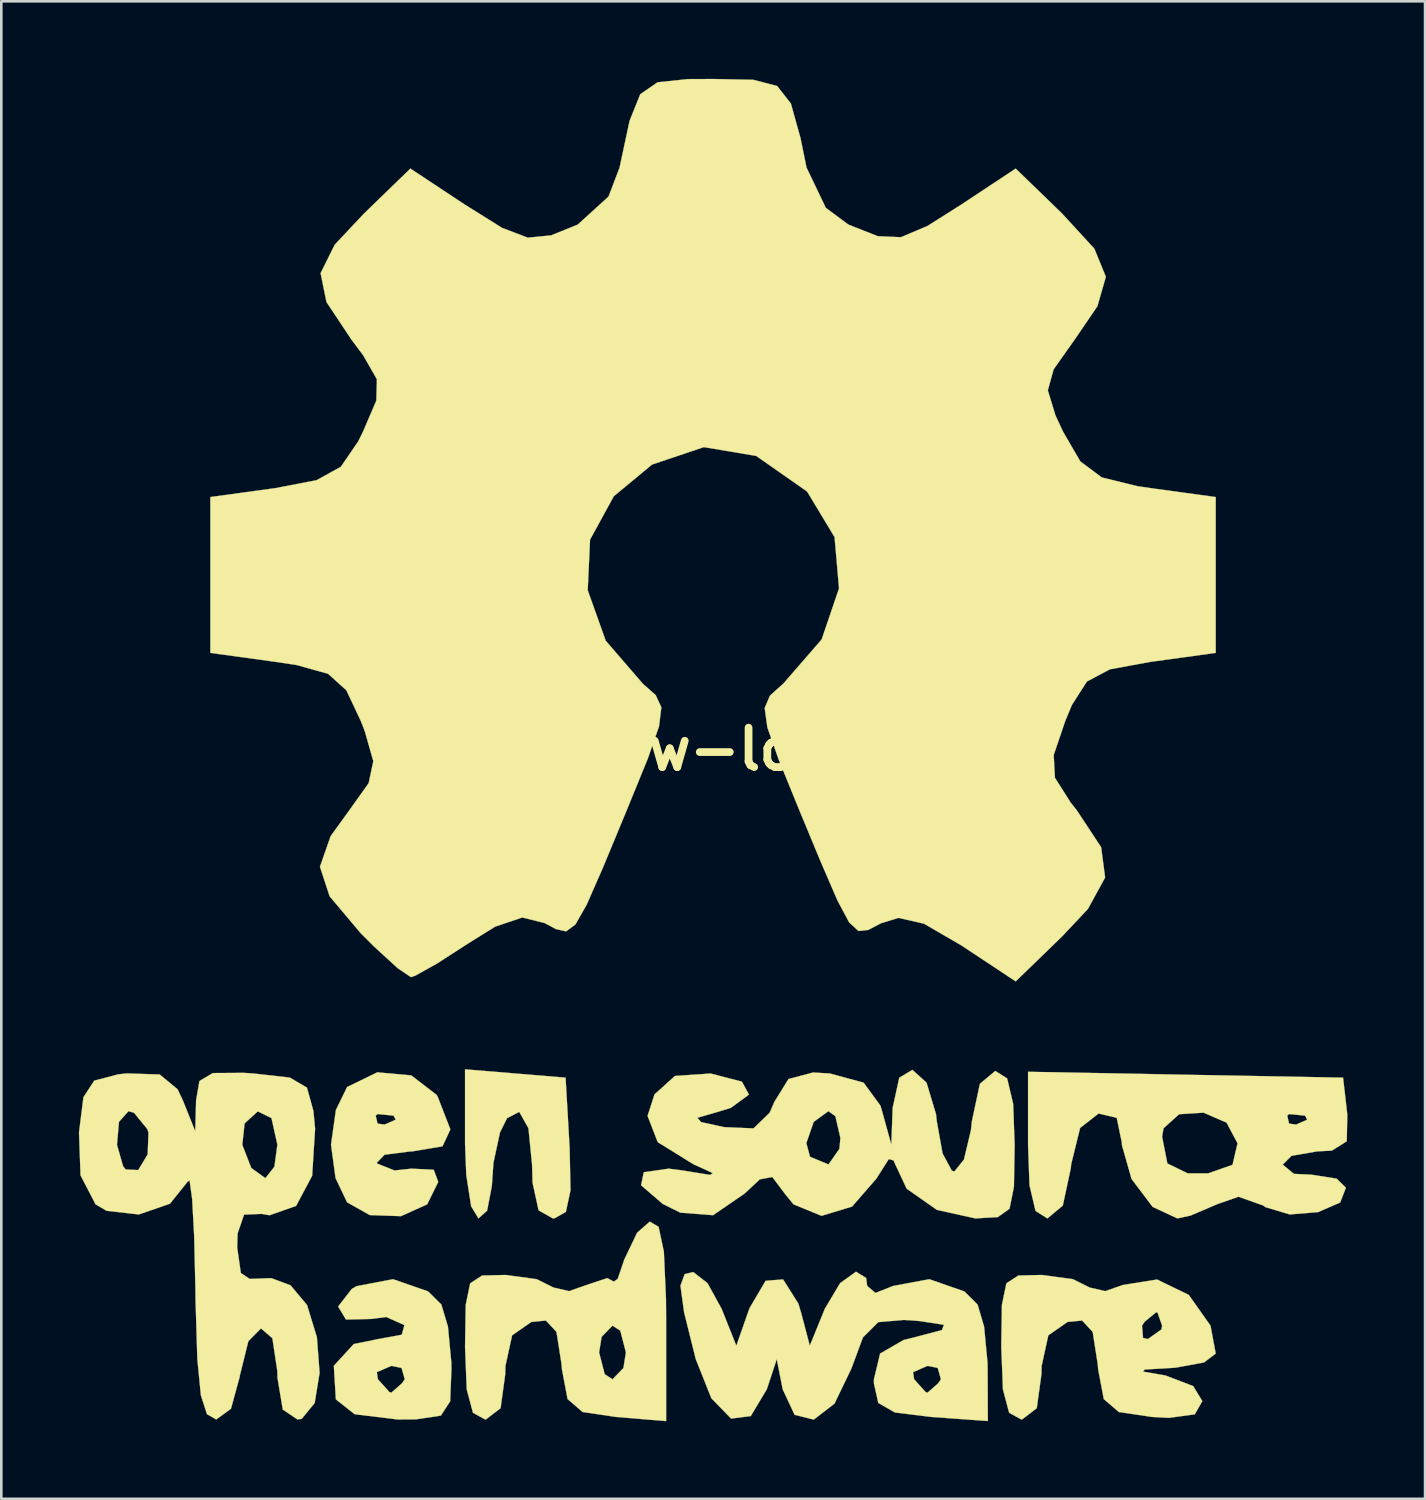
<source format=kicad_pcb>
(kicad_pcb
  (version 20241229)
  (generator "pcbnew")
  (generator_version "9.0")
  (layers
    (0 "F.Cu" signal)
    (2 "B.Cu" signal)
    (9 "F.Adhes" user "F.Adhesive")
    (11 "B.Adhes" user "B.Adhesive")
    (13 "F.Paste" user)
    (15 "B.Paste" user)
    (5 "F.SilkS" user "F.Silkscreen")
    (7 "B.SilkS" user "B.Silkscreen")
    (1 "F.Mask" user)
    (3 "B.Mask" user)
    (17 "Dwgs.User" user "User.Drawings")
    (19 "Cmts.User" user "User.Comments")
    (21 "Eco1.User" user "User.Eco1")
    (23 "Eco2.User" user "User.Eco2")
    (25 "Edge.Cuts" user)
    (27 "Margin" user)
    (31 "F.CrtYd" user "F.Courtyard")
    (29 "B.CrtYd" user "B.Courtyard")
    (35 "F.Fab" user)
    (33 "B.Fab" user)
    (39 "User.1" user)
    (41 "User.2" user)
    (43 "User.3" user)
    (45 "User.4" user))
  (footprint "oshw-logo"
    (layer "F.Cu")
    (at 24.264 25.923)
    (property "Reference" "oshw-logo" (at 0 0 0) (layer "F.SilkS") (effects (font (size 1.524 1.524) (thickness 0.3))))
    (attr through_hole)
    (fp_poly (pts (xy -7.387 12.539) (xy -5.443 12.7) (xy -5.286 15.421) (xy -5.253 17.057) (xy -5.431 17.89) (xy -5.873 18.141) (xy -5.934 18.143) (xy -6.487 17.831) (xy -6.719 16.77) (xy -6.739 16.069) (xy -6.879 14.656) (xy -7.235 14.022) (xy -7.706 14.267) (xy -7.979 14.816) (xy -8.232 15.987) (xy -8.294 16.889) (xy -8.477 17.843) (xy -8.812 18.143) (xy -9.095 17.674) (xy -9.283 16.463) (xy -9.331 15.261) (xy -9.331 12.378) (xy -7.387 12.539)) (stroke (width 0.01) (type solid)) (fill yes) (layer "F.SilkS"))
    (fp_poly (pts (xy -11.409 12.613) (xy -10.43 13.366) (xy -10.386 13.443) (xy -9.898 14.701) (xy -10.203 15.356) (xy -11.371 15.551) (xy -11.435 15.551) (xy -12.443 15.68) (xy -12.745 15.993) (xy -12.73 16.021) (xy -12.06 16.289) (xy -11.404 16.219) (xy -10.542 16.261) (xy -10.367 16.731) (xy -10.794 17.598) (xy -11.809 18.056) (xy -13.015 18.014) (xy -13.892 17.521) (xy -14.338 16.585) (xy -14.514 15.292) (xy -14.356 14.169) (xy -12.786 14.169) (xy -12.715 14.477) (xy -12.441 14.514) (xy -12.014 14.325) (xy -12.095 14.169) (xy -12.71 14.107) (xy -12.786 14.169) (xy -14.356 14.169) (xy -14.325 13.95) (xy -13.892 13.063) (xy -12.725 12.494) (xy -11.409 12.613)) (stroke (width 0.01) (type solid)) (fill yes) (layer "F.SilkS"))
    (fp_poly (pts (xy -10.761 20.964) (xy -10.246 21.474) (xy -9.992 22.329) (xy -9.861 23.711) (xy -9.857 23.974) (xy -9.906 25.215) (xy -10.266 25.769) (xy -11.234 25.913) (xy -11.939 25.918) (xy -13.601 25.714) (xy -14.327 25.141) (xy -14.39 24.089) (xy -12.742 24.089) (xy -12.7 24.363) (xy -12.257 24.857) (xy -12.182 24.882) (xy -11.77 24.52) (xy -11.663 24.363) (xy -11.786 23.924) (xy -12.182 23.845) (xy -12.742 24.089) (xy -14.39 24.089) (xy -14.405 23.842) (xy -13.634 23.001) (xy -12.686 22.808) (xy -11.777 22.641) (xy -11.676 22.269) (xy -12.378 21.955) (xy -12.959 22.031) (xy -13.936 22.054) (xy -14.239 21.551) (xy -13.711 20.87) (xy -13.53 20.763) (xy -12.117 20.494) (xy -10.761 20.964)) (stroke (width 0.01) (type solid)) (fill yes) (layer "F.SilkS"))
    (fp_poly (pts (xy -1.846 18.468) (xy -1.642 19.429) (xy -1.56 21.268) (xy -1.555 22.019) (xy -1.555 25.981) (xy -3.499 25.82) (xy -4.783 25.63) (xy -5.366 25.13) (xy -5.581 23.995) (xy -5.6 23.771) (xy -5.67 23.327) (xy -4.147 23.327) (xy -3.93 24.169) (xy -3.629 24.363) (xy -3.207 23.929) (xy -3.11 23.327) (xy -3.327 22.484) (xy -3.629 22.29) (xy -4.05 22.724) (xy -4.147 23.327) (xy -5.67 23.327) (xy -5.795 22.532) (xy -6.204 22.092) (xy -6.767 22.147) (xy -7.51 22.664) (xy -7.77 23.853) (xy -7.776 24.165) (xy -7.956 25.482) (xy -8.527 25.918) (xy -8.553 25.918) (xy -9.024 25.66) (xy -9.266 24.754) (xy -9.331 23.102) (xy -9.305 21.486) (xy -9.133 20.653) (xy -8.671 20.352) (xy -7.775 20.33) (xy -7.757 20.33) (xy -6.559 20.493) (xy -5.911 20.816) (xy -5.308 20.955) (xy -4.634 20.718) (xy -3.831 20.451) (xy -3.577 20.587) (xy -3.426 20.48) (xy -3.174 19.736) (xy -2.676 18.695) (xy -2.189 18.268) (xy -1.846 18.468)) (stroke (width 0.01) (type solid)) (fill yes) (layer "F.SilkS"))
    (fp_poly (pts (xy 12.978 20.33) (xy 14.176 20.493) (xy 14.823 20.816) (xy 15.427 20.955) (xy 16.101 20.718) (xy 17.429 20.506) (xy 18.657 21.101) (xy 19.496 22.29) (xy 19.698 23.369) (xy 19.244 23.714) (xy 18.138 23.916) (xy 18.013 23.923) (xy 16.954 23.986) (xy 16.884 24.067) (xy 17.754 24.216) (xy 18.827 24.628) (xy 19.18 25.207) (xy 18.889 25.719) (xy 17.885 25.856) (xy 17.236 25.82) (xy 15.951 25.63) (xy 15.369 25.13) (xy 15.154 23.995) (xy 15.134 23.771) (xy 14.94 22.532) (xy 14.715 22.29) (xy 16.847 22.29) (xy 16.888 22.767) (xy 17.076 22.808) (xy 17.603 22.432) (xy 17.624 22.29) (xy 17.448 21.785) (xy 17.396 21.771) (xy 16.953 22.135) (xy 16.847 22.29) (xy 14.715 22.29) (xy 14.531 22.092) (xy 13.968 22.147) (xy 13.225 22.664) (xy 12.965 23.853) (xy 12.959 24.165) (xy 12.778 25.482) (xy 12.208 25.918) (xy 12.182 25.918) (xy 11.71 25.66) (xy 11.469 24.754) (xy 11.404 23.102) (xy 11.43 21.486) (xy 11.602 20.653) (xy 12.064 20.352) (xy 12.96 20.33) (xy 12.978 20.33)) (stroke (width 0.01) (type solid)) (fill yes) (layer "F.SilkS"))
    (fp_poly (pts (xy 18.532 12.587) (xy 24.622 12.7) (xy 24.786 14.126) (xy 24.766 15.16) (xy 24.189 15.521) (xy 23.62 15.551) (xy 22.63 15.722) (xy 22.29 16.063) (xy 22.72 16.42) (xy 23.399 16.452) (xy 24.376 16.606) (xy 24.732 16.957) (xy 24.51 17.528) (xy 23.654 17.9) (xy 22.559 17.989) (xy 21.621 17.708) (xy 21.539 17.646) (xy 20.578 17.305) (xy 19.765 17.589) (xy 18.722 18.034) (xy 18.214 18.143) (xy 17.257 17.696) (xy 16.445 16.621) (xy 16.072 15.316) (xy 16.069 15.217) (xy 16.02 14.981) (xy 17.624 14.981) (xy 17.828 16.018) (xy 18.609 16.399) (xy 19.405 16.401) (xy 20.347 16.07) (xy 20.542 15.238) (xy 20.117 14.44) (xy 19.493 14.169) (xy 22.463 14.169) (xy 22.534 14.477) (xy 22.808 14.514) (xy 23.235 14.325) (xy 23.154 14.169) (xy 22.539 14.107) (xy 22.463 14.169) (xy 19.493 14.169) (xy 19.23 14.054) (xy 18.284 14.114) (xy 17.681 14.656) (xy 17.624 14.981) (xy 16.02 14.981) (xy 15.869 14.252) (xy 15.176 14.089) (xy 15.162 14.092) (xy 14.454 14.644) (xy 14.109 16.045) (xy 14.094 16.203) (xy 13.785 17.647) (xy 13.19 18.143) (xy 13.187 18.143) (xy 12.73 17.853) (xy 12.497 16.866) (xy 12.441 15.308) (xy 12.441 12.473) (xy 18.532 12.587)) (stroke (width 0.01) (type solid)) (fill yes) (layer "F.SilkS"))
    (fp_poly (pts (xy 6.18 20.445) (xy 6.22 20.753) (xy 6.539 21.025) (xy 7.22 20.755) (xy 8.624 20.494) (xy 9.978 20.967) (xy 10.489 21.474) (xy 10.741 22.327) (xy 10.873 23.713) (xy 10.878 24.004) (xy 10.886 25.978) (xy 8.683 25.819) (xy 7.289 25.647) (xy 6.649 25.278) (xy 6.481 24.527) (xy 6.48 24.368) (xy 6.547 24.089) (xy 7.993 24.089) (xy 8.035 24.363) (xy 8.478 24.857) (xy 8.553 24.882) (xy 8.965 24.52) (xy 9.071 24.363) (xy 8.948 23.924) (xy 8.553 23.845) (xy 7.993 24.089) (xy 6.547 24.089) (xy 6.72 23.368) (xy 7.63 22.844) (xy 8.035 22.745) (xy 9.112 22.459) (xy 9.187 22.256) (xy 8.246 22.112) (xy 7.635 22.069) (xy 6.649 22.154) (xy 6.056 22.744) (xy 5.609 23.95) (xy 4.955 25.306) (xy 4.154 25.923) (xy 3.413 25.738) (xy 2.953 24.752) (xy 2.723 23.586) (xy 2.338 24.752) (xy 1.718 25.787) (xy 0.957 25.883) (xy 0.194 25.098) (xy -0.411 23.578) (xy -0.861 21.77) (xy -1.001 20.745) (xy -0.838 20.297) (xy -0.506 20.216) (xy 0.044 20.646) (xy 0.593 21.642) (xy 1.16 23.067) (xy 1.669 21.616) (xy 2.292 20.556) (xy 2.969 20.501) (xy 3.558 21.436) (xy 3.671 21.81) (xy 4.001 23.067) (xy 4.58 21.642) (xy 5.171 20.647) (xy 5.787 20.204) (xy 6.18 20.445)) (stroke (width 0.01) (type solid)) (fill yes) (layer "F.SilkS"))
    (fp_poly (pts (xy 8.514 12.891) (xy 8.882 14.113) (xy 8.911 14.385) (xy 9.136 15.635) (xy 9.494 16.297) (xy 9.59 16.329) (xy 9.961 15.87) (xy 10.232 14.733) (xy 10.269 14.385) (xy 10.578 12.938) (xy 11.173 12.441) (xy 11.176 12.441) (xy 11.632 12.729) (xy 11.865 13.713) (xy 11.922 15.292) (xy 11.895 16.922) (xy 11.724 17.77) (xy 11.271 18.092) (xy 10.404 18.143) (xy 8.915 17.813) (xy 7.746 16.993) (xy 7.25 15.932) (xy 7.25 15.903) (xy 7.056 15.848) (xy 6.601 16.563) (xy 6.589 16.588) (xy 5.635 17.686) (xy 4.453 18.043) (xy 3.371 17.599) (xy 3.058 17.216) (xy 2.55 16.541) (xy 2.067 16.633) (xy 1.478 17.183) (xy 0.259 18.019) (xy -1.004 17.921) (xy -1.685 17.583) (xy -2.525 16.861) (xy -2.419 16.357) (xy -1.458 16.219) (xy -0.907 16.29) (xy 0.146 16.461) (xy 0.249 16.39) (xy -0.504 16.046) (xy -1.817 15.232) (xy 3.867 15.232) (xy 4.01 15.76) (xy 4.725 16.056) (xy 5.146 15.452) (xy 5.184 15.033) (xy 4.99 14.19) (xy 4.721 13.996) (xy 4.152 14.409) (xy 3.867 15.232) (xy -1.817 15.232) (xy -1.88 15.193) (xy -2.273 14.179) (xy -2.003 13.346) (xy -1.213 12.634) (xy 0.164 12.54) (xy 1.376 12.854) (xy 1.648 13.354) (xy 0.95 13.867) (xy 0.419 14.03) (xy -0.347 14.252) (xy -0.203 14.418) (xy 0.685 14.613) (xy 1.824 14.662) (xy 2.448 14.058) (xy 2.629 13.639) (xy 3.177 12.753) (xy 4.123 12.501) (xy 4.774 12.538) (xy 6.082 12.893) (xy 6.729 13.777) (xy 6.796 13.996) (xy 7.154 15.292) (xy 7.205 13.866) (xy 7.461 12.702) (xy 7.969 12.399) (xy 8.514 12.891)) (stroke (width 0.01) (type solid)) (fill yes) (layer "F.SilkS"))
    (fp_poly (pts (xy -17.495 12.541) (xy -16.108 12.697) (xy -15.445 13.085) (xy -15.194 13.988) (xy -15.129 14.68) (xy -15.243 16.494) (xy -15.863 17.659) (xy -16.892 18.021) (xy -17.2 17.968) (xy -17.876 17.996) (xy -18.126 18.725) (xy -18.143 19.259) (xy -18.001 20.254) (xy -17.647 20.489) (xy -17.635 20.482) (xy -16.825 20.453) (xy -16.08 20.729) (xy -15.441 21.492) (xy -15.06 22.736) (xy -14.955 24.114) (xy -15.145 25.281) (xy -15.647 25.893) (xy -15.81 25.918) (xy -16.379 25.535) (xy -16.585 24.301) (xy -16.588 24.061) (xy -16.78 22.777) (xy -17.222 22.397) (xy -17.71 22.89) (xy -18.041 24.226) (xy -18.046 24.274) (xy -18.383 25.504) (xy -18.953 25.918) (xy -19.311 25.712) (xy -19.546 24.984) (xy -19.684 23.571) (xy -19.752 21.311) (xy -19.758 20.864) (xy -19.805 18.839) (xy -19.884 17.386) (xy -19.982 16.678) (xy -20.055 16.717) (xy -20.741 17.574) (xy -21.943 17.99) (xy -23.193 17.849) (xy -23.618 17.598) (xy -24.2 16.478) (xy -24.242 15.295) (xy -22.791 15.295) (xy -22.554 16.125) (xy -22.455 16.25) (xy -21.969 16.274) (xy -21.603 15.666) (xy -21.59 15.299) (xy -17.945 15.299) (xy -17.598 16.192) (xy -17.051 16.588) (xy -16.703 16.144) (xy -16.588 15.292) (xy -16.815 14.265) (xy -17.346 14.004) (xy -17.855 14.468) (xy -17.945 15.299) (xy -21.59 15.299) (xy -21.573 14.825) (xy -21.616 14.691) (xy -22.131 14.058) (xy -22.345 13.996) (xy -22.713 14.409) (xy -22.791 15.295) (xy -24.242 15.295) (xy -24.259 14.818) (xy -24.088 13.458) (xy -23.67 12.816) (xy -22.747 12.572) (xy -22.415 12.537) (xy -21.139 12.577) (xy -20.448 13.148) (xy -20.245 13.574) (xy -19.764 14.773) (xy -19.731 13.577) (xy -19.603 12.832) (xy -19.084 12.522) (xy -17.888 12.514) (xy -17.495 12.541)) (stroke (width 0.01) (type solid)) (fill yes) (layer "F.SilkS"))
    (fp_poly (pts (xy 1.815 -25.888) (xy 2.739 -25.647) (xy 3.269 -24.97) (xy 3.642 -23.633) (xy 3.875 -22.491) (xy 4.62 -20.936) (xy 5.493 -20.288) (xy 6.629 -19.84) (xy 7.524 -19.8) (xy 8.554 -20.237) (xy 9.88 -21.076) (xy 11.963 -22.454) (xy 13.757 -20.715) (xy 15.006 -19.354) (xy 15.45 -18.269) (xy 15.121 -17.128) (xy 14.237 -15.832) (xy 13.43 -14.691) (xy 13.205 -13.878) (xy 13.502 -12.906) (xy 13.796 -12.276) (xy 14.462 -11.13) (xy 15.292 -10.511) (xy 16.672 -10.172) (xy 17.184 -10.097) (xy 19.698 -9.752) (xy 19.698 -3.726) (xy 17.169 -3.378) (xy 15.607 -3.091) (xy 14.716 -2.619) (xy 14.135 -1.709) (xy 13.878 -1.09) (xy 13.433 0.223) (xy 13.48 1.102) (xy 14.086 2.059) (xy 14.331 2.369) (xy 15.268 3.791) (xy 15.421 4.961) (xy 14.756 6.176) (xy 13.757 7.238) (xy 11.963 8.977) (xy 9.86 7.585) (xy 8.416 6.746) (xy 7.429 6.521) (xy 6.761 6.727) (xy 6.26 6.988) (xy 5.885 7.029) (xy 5.524 6.699) (xy 5.069 5.846) (xy 4.409 4.318) (xy 3.611 2.393) (xy 2.802 0.41) (xy 2.36 -0.843) (xy 2.256 -1.595) (xy 2.461 -2.074) (xy 2.944 -2.509) (xy 2.972 -2.531) (xy 4.459 -4.245) (xy 5.131 -6.221) (xy 4.958 -8.205) (xy 3.909 -9.945) (xy 3.868 -9.986) (xy 1.927 -11.343) (xy -0.097 -11.683) (xy -2.1 -11.008) (xy -3.579 -9.783) (xy -4.497 -8.104) (xy -4.587 -6.148) (xy -3.891 -4.196) (xy -2.454 -2.532) (xy -2.454 -2.531) (xy -1.958 -2.093) (xy -1.74 -1.621) (xy -1.829 -0.886) (xy -2.255 0.34) (xy -3.048 2.284) (xy -3.093 2.393) (xy -4.011 4.607) (xy -4.632 6.02) (xy -5.066 6.781) (xy -5.423 7.043) (xy -5.814 6.956) (xy -6.252 6.722) (xy -7.116 6.506) (xy -8.166 6.86) (xy -9.192 7.498) (xy -10.417 8.289) (xy -11.257 8.757) (xy -11.423 8.812) (xy -11.929 8.473) (xy -12.867 7.614) (xy -13.376 7.103) (xy -14.568 5.686) (xy -14.942 4.545) (xy -14.528 3.36) (xy -13.812 2.369) (xy -13.058 1.312) (xy -12.878 0.462) (xy -13.207 -0.695) (xy -13.36 -1.09) (xy -13.92 -2.279) (xy -14.627 -2.917) (xy -15.842 -3.256) (xy -16.651 -3.378) (xy -19.18 -3.726) (xy -19.18 -9.752) (xy -16.666 -10.097) (xy -15.074 -10.403) (xy -14.134 -10.923) (xy -13.462 -11.903) (xy -13.278 -12.276) (xy -12.761 -13.483) (xy -12.74 -14.308) (xy -13.273 -15.239) (xy -13.718 -15.832) (xy -14.69 -17.294) (xy -14.917 -18.409) (xy -14.369 -19.511) (xy -13.238 -20.715) (xy -11.444 -22.454) (xy -9.362 -21.076) (xy -7.899 -20.161) (xy -6.904 -19.782) (xy -6.001 -19.872) (xy -4.974 -20.288) (xy -3.782 -21.372) (xy -3.356 -22.491) (xy -2.967 -24.305) (xy -2.555 -25.33) (xy -1.885 -25.791) (xy -0.717 -25.914) (xy 0.259 -25.918) (xy 1.815 -25.888)) (stroke (width 0.01) (type solid)) (fill yes) (layer "F.SilkS")))
  (gr_rect
    (start -3 -3)
    (end 52.056 54.909)
    (stroke (width 0.1) (type default))
    (fill no)
    (layer "Edge.Cuts")))
</source>
